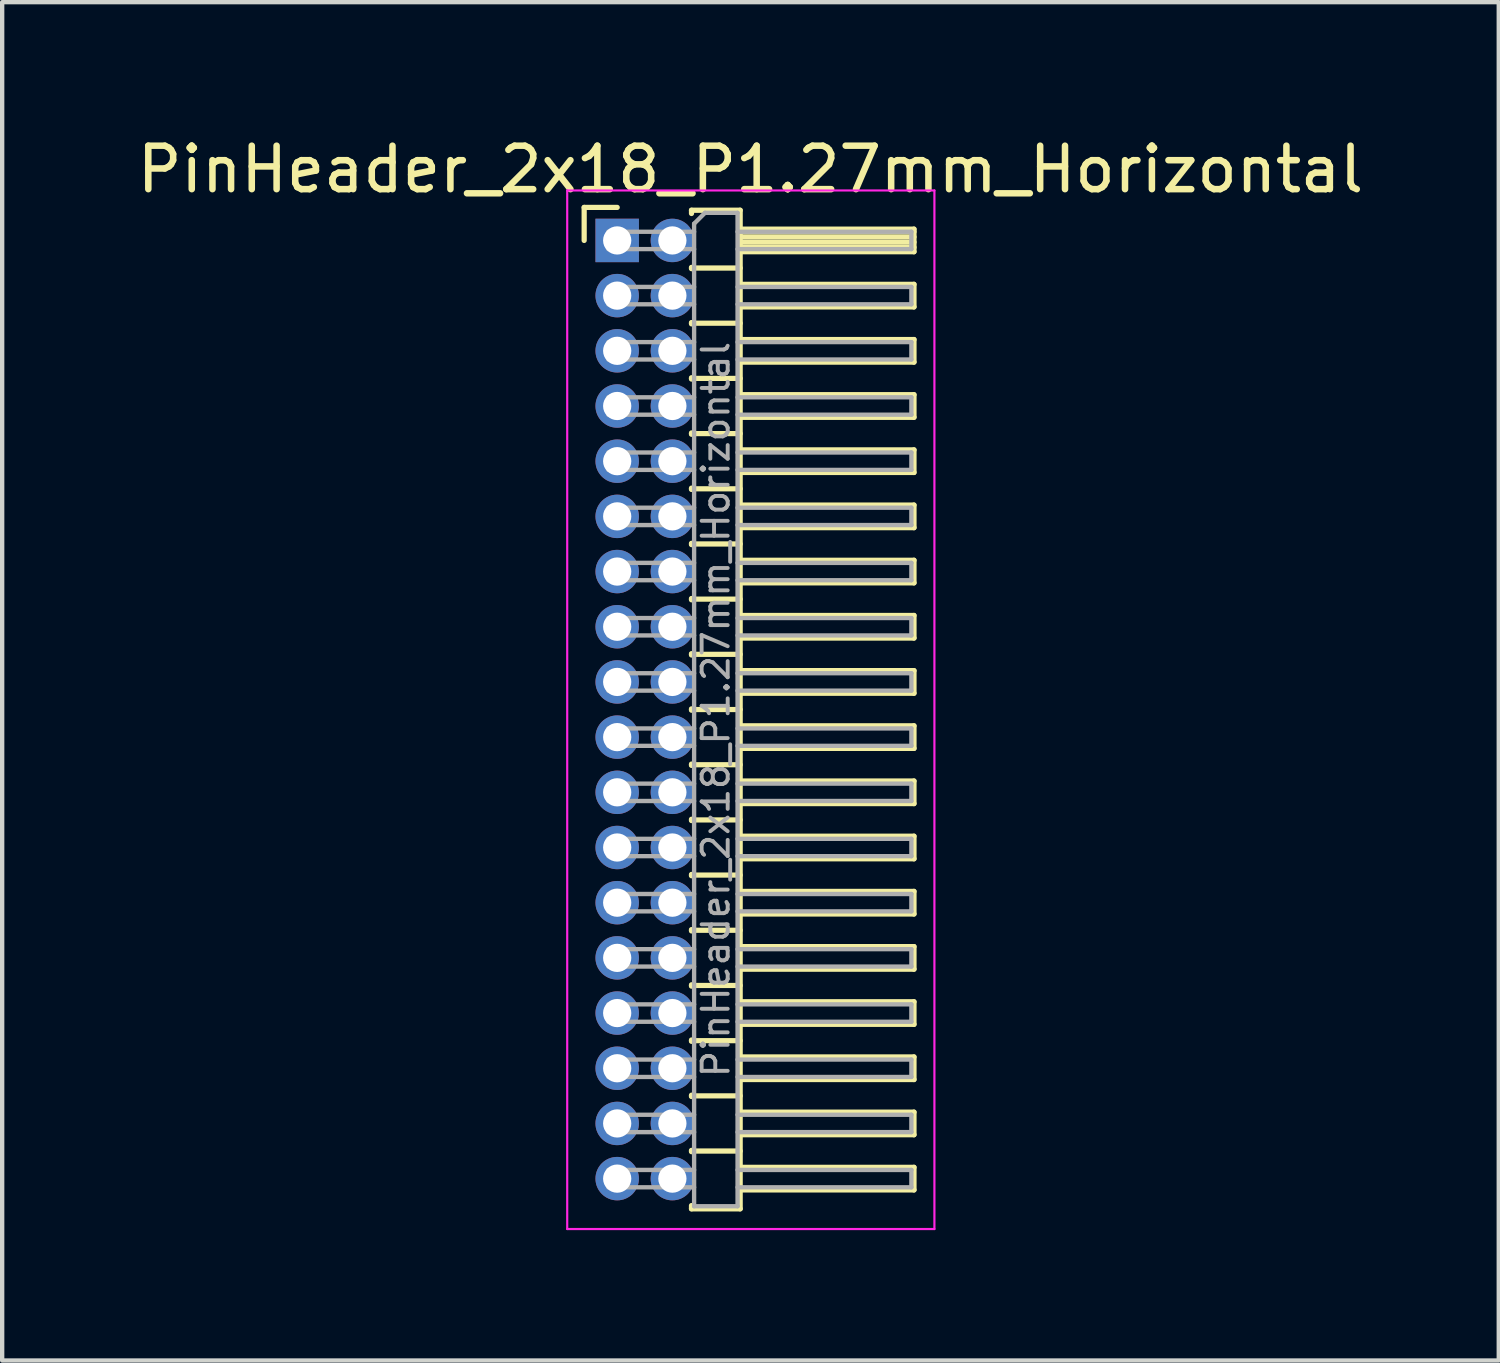
<source format=kicad_pcb>
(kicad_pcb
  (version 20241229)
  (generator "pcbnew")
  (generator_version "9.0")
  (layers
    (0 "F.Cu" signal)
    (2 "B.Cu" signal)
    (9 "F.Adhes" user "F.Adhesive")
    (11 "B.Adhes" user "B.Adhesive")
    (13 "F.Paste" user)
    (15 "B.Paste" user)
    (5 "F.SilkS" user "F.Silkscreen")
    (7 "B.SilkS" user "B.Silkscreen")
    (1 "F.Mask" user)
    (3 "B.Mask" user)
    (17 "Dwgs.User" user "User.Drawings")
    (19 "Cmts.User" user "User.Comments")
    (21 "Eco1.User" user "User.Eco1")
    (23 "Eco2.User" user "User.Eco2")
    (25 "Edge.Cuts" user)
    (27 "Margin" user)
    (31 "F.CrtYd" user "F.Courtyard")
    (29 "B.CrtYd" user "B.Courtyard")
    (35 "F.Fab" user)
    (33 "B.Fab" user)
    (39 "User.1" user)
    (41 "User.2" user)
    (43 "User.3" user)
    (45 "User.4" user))
  (footprint "PinHeader_2x18_P1.27mm_Horizontal"
    (layer "F.Cu")
    (at 11.153 2.483)
    (property "Reference" "PinHeader_2x18_P1.27mm_Horizontal" (at 3.067 -1.635 0) (layer "F.SilkS") (effects (font (size 1 1) (thickness 0.15))))
    (attr through_hole)
    (fp_line (start -0.76 -0.76) (end 0 -0.76) (stroke (width 0.12) (type solid)) (layer "F.SilkS"))
    (fp_line (start -0.76 0) (end -0.76 -0.76) (stroke (width 0.12) (type solid)) (layer "F.SilkS"))
    (fp_line (start 1.71 -0.695) (end 2.83 -0.695) (stroke (width 0.12) (type solid)) (layer "F.SilkS"))
    (fp_line (start 1.71 -0.62) (end 1.71 -0.695) (stroke (width 0.12) (type solid)) (layer "F.SilkS"))
    (fp_line (start 1.71 0.62) (end 1.71 0.65) (stroke (width 0.12) (type solid)) (layer "F.SilkS"))
    (fp_line (start 1.71 0.635) (end 2.83 0.635) (stroke (width 0.12) (type solid)) (layer "F.SilkS"))
    (fp_line (start 1.71 1.89) (end 1.71 1.92) (stroke (width 0.12) (type solid)) (layer "F.SilkS"))
    (fp_line (start 1.71 1.905) (end 2.83 1.905) (stroke (width 0.12) (type solid)) (layer "F.SilkS"))
    (fp_line (start 1.71 3.16) (end 1.71 3.19) (stroke (width 0.12) (type solid)) (layer "F.SilkS"))
    (fp_line (start 1.71 3.175) (end 2.83 3.175) (stroke (width 0.12) (type solid)) (layer "F.SilkS"))
    (fp_line (start 1.71 4.43) (end 1.71 4.46) (stroke (width 0.12) (type solid)) (layer "F.SilkS"))
    (fp_line (start 1.71 4.445) (end 2.83 4.445) (stroke (width 0.12) (type solid)) (layer "F.SilkS"))
    (fp_line (start 1.71 5.7) (end 1.71 5.73) (stroke (width 0.12) (type solid)) (layer "F.SilkS"))
    (fp_line (start 1.71 5.715) (end 2.83 5.715) (stroke (width 0.12) (type solid)) (layer "F.SilkS"))
    (fp_line (start 1.71 6.97) (end 1.71 7) (stroke (width 0.12) (type solid)) (layer "F.SilkS"))
    (fp_line (start 1.71 6.985) (end 2.83 6.985) (stroke (width 0.12) (type solid)) (layer "F.SilkS"))
    (fp_line (start 1.71 8.24) (end 1.71 8.27) (stroke (width 0.12) (type solid)) (layer "F.SilkS"))
    (fp_line (start 1.71 8.255) (end 2.83 8.255) (stroke (width 0.12) (type solid)) (layer "F.SilkS"))
    (fp_line (start 1.71 9.51) (end 1.71 9.54) (stroke (width 0.12) (type solid)) (layer "F.SilkS"))
    (fp_line (start 1.71 9.525) (end 2.83 9.525) (stroke (width 0.12) (type solid)) (layer "F.SilkS"))
    (fp_line (start 1.71 10.78) (end 1.71 10.81) (stroke (width 0.12) (type solid)) (layer "F.SilkS"))
    (fp_line (start 1.71 10.795) (end 2.83 10.795) (stroke (width 0.12) (type solid)) (layer "F.SilkS"))
    (fp_line (start 1.71 12.05) (end 1.71 12.08) (stroke (width 0.12) (type solid)) (layer "F.SilkS"))
    (fp_line (start 1.71 12.065) (end 2.83 12.065) (stroke (width 0.12) (type solid)) (layer "F.SilkS"))
    (fp_line (start 1.71 13.32) (end 1.71 13.35) (stroke (width 0.12) (type solid)) (layer "F.SilkS"))
    (fp_line (start 1.71 13.335) (end 2.83 13.335) (stroke (width 0.12) (type solid)) (layer "F.SilkS"))
    (fp_line (start 1.71 14.59) (end 1.71 14.62) (stroke (width 0.12) (type solid)) (layer "F.SilkS"))
    (fp_line (start 1.71 14.605) (end 2.83 14.605) (stroke (width 0.12) (type solid)) (layer "F.SilkS"))
    (fp_line (start 1.71 15.86) (end 1.71 15.89) (stroke (width 0.12) (type solid)) (layer "F.SilkS"))
    (fp_line (start 1.71 15.875) (end 2.83 15.875) (stroke (width 0.12) (type solid)) (layer "F.SilkS"))
    (fp_line (start 1.71 17.13) (end 1.71 17.16) (stroke (width 0.12) (type solid)) (layer "F.SilkS"))
    (fp_line (start 1.71 17.145) (end 2.83 17.145) (stroke (width 0.12) (type solid)) (layer "F.SilkS"))
    (fp_line (start 1.71 18.4) (end 1.71 18.43) (stroke (width 0.12) (type solid)) (layer "F.SilkS"))
    (fp_line (start 1.71 18.415) (end 2.83 18.415) (stroke (width 0.12) (type solid)) (layer "F.SilkS"))
    (fp_line (start 1.71 19.67) (end 1.71 19.7) (stroke (width 0.12) (type solid)) (layer "F.SilkS"))
    (fp_line (start 1.71 19.685) (end 2.83 19.685) (stroke (width 0.12) (type solid)) (layer "F.SilkS"))
    (fp_line (start 1.71 20.94) (end 1.71 20.97) (stroke (width 0.12) (type solid)) (layer "F.SilkS"))
    (fp_line (start 1.71 20.955) (end 2.83 20.955) (stroke (width 0.12) (type solid)) (layer "F.SilkS"))
    (fp_line (start 1.71 22.285) (end 1.71 22.21) (stroke (width 0.12) (type solid)) (layer "F.SilkS"))
    (fp_line (start 2.83 -0.695) (end 2.83 22.285) (stroke (width 0.12) (type solid)) (layer "F.SilkS"))
    (fp_line (start 2.83 -0.26) (end 6.83 -0.26) (stroke (width 0.12) (type solid)) (layer "F.SilkS"))
    (fp_line (start 2.83 -0.2) (end 6.83 -0.2) (stroke (width 0.12) (type solid)) (layer "F.SilkS"))
    (fp_line (start 2.83 -0.08) (end 6.83 -0.08) (stroke (width 0.12) (type solid)) (layer "F.SilkS"))
    (fp_line (start 2.83 0.04) (end 6.83 0.04) (stroke (width 0.12) (type solid)) (layer "F.SilkS"))
    (fp_line (start 2.83 0.16) (end 6.83 0.16) (stroke (width 0.12) (type solid)) (layer "F.SilkS"))
    (fp_line (start 2.83 1.01) (end 6.83 1.01) (stroke (width 0.12) (type solid)) (layer "F.SilkS"))
    (fp_line (start 2.83 2.28) (end 6.83 2.28) (stroke (width 0.12) (type solid)) (layer "F.SilkS"))
    (fp_line (start 2.83 3.55) (end 6.83 3.55) (stroke (width 0.12) (type solid)) (layer "F.SilkS"))
    (fp_line (start 2.83 4.82) (end 6.83 4.82) (stroke (width 0.12) (type solid)) (layer "F.SilkS"))
    (fp_line (start 2.83 6.09) (end 6.83 6.09) (stroke (width 0.12) (type solid)) (layer "F.SilkS"))
    (fp_line (start 2.83 7.36) (end 6.83 7.36) (stroke (width 0.12) (type solid)) (layer "F.SilkS"))
    (fp_line (start 2.83 8.63) (end 6.83 8.63) (stroke (width 0.12) (type solid)) (layer "F.SilkS"))
    (fp_line (start 2.83 9.9) (end 6.83 9.9) (stroke (width 0.12) (type solid)) (layer "F.SilkS"))
    (fp_line (start 2.83 11.17) (end 6.83 11.17) (stroke (width 0.12) (type solid)) (layer "F.SilkS"))
    (fp_line (start 2.83 12.44) (end 6.83 12.44) (stroke (width 0.12) (type solid)) (layer "F.SilkS"))
    (fp_line (start 2.83 13.71) (end 6.83 13.71) (stroke (width 0.12) (type solid)) (layer "F.SilkS"))
    (fp_line (start 2.83 14.98) (end 6.83 14.98) (stroke (width 0.12) (type solid)) (layer "F.SilkS"))
    (fp_line (start 2.83 16.25) (end 6.83 16.25) (stroke (width 0.12) (type solid)) (layer "F.SilkS"))
    (fp_line (start 2.83 17.52) (end 6.83 17.52) (stroke (width 0.12) (type solid)) (layer "F.SilkS"))
    (fp_line (start 2.83 18.79) (end 6.83 18.79) (stroke (width 0.12) (type solid)) (layer "F.SilkS"))
    (fp_line (start 2.83 20.06) (end 6.83 20.06) (stroke (width 0.12) (type solid)) (layer "F.SilkS"))
    (fp_line (start 2.83 21.33) (end 6.83 21.33) (stroke (width 0.12) (type solid)) (layer "F.SilkS"))
    (fp_line (start 2.83 22.285) (end 1.71 22.285) (stroke (width 0.12) (type solid)) (layer "F.SilkS"))
    (fp_line (start 6.83 -0.26) (end 6.83 0.26) (stroke (width 0.12) (type solid)) (layer "F.SilkS"))
    (fp_line (start 6.83 0.26) (end 2.83 0.26) (stroke (width 0.12) (type solid)) (layer "F.SilkS"))
    (fp_line (start 6.83 1.01) (end 6.83 1.53) (stroke (width 0.12) (type solid)) (layer "F.SilkS"))
    (fp_line (start 6.83 1.53) (end 2.83 1.53) (stroke (width 0.12) (type solid)) (layer "F.SilkS"))
    (fp_line (start 6.83 2.28) (end 6.83 2.8) (stroke (width 0.12) (type solid)) (layer "F.SilkS"))
    (fp_line (start 6.83 2.8) (end 2.83 2.8) (stroke (width 0.12) (type solid)) (layer "F.SilkS"))
    (fp_line (start 6.83 3.55) (end 6.83 4.07) (stroke (width 0.12) (type solid)) (layer "F.SilkS"))
    (fp_line (start 6.83 4.07) (end 2.83 4.07) (stroke (width 0.12) (type solid)) (layer "F.SilkS"))
    (fp_line (start 6.83 4.82) (end 6.83 5.34) (stroke (width 0.12) (type solid)) (layer "F.SilkS"))
    (fp_line (start 6.83 5.34) (end 2.83 5.34) (stroke (width 0.12) (type solid)) (layer "F.SilkS"))
    (fp_line (start 6.83 6.09) (end 6.83 6.61) (stroke (width 0.12) (type solid)) (layer "F.SilkS"))
    (fp_line (start 6.83 6.61) (end 2.83 6.61) (stroke (width 0.12) (type solid)) (layer "F.SilkS"))
    (fp_line (start 6.83 7.36) (end 6.83 7.88) (stroke (width 0.12) (type solid)) (layer "F.SilkS"))
    (fp_line (start 6.83 7.88) (end 2.83 7.88) (stroke (width 0.12) (type solid)) (layer "F.SilkS"))
    (fp_line (start 6.83 8.63) (end 6.83 9.15) (stroke (width 0.12) (type solid)) (layer "F.SilkS"))
    (fp_line (start 6.83 9.15) (end 2.83 9.15) (stroke (width 0.12) (type solid)) (layer "F.SilkS"))
    (fp_line (start 6.83 9.9) (end 6.83 10.42) (stroke (width 0.12) (type solid)) (layer "F.SilkS"))
    (fp_line (start 6.83 10.42) (end 2.83 10.42) (stroke (width 0.12) (type solid)) (layer "F.SilkS"))
    (fp_line (start 6.83 11.17) (end 6.83 11.69) (stroke (width 0.12) (type solid)) (layer "F.SilkS"))
    (fp_line (start 6.83 11.69) (end 2.83 11.69) (stroke (width 0.12) (type solid)) (layer "F.SilkS"))
    (fp_line (start 6.83 12.44) (end 6.83 12.96) (stroke (width 0.12) (type solid)) (layer "F.SilkS"))
    (fp_line (start 6.83 12.96) (end 2.83 12.96) (stroke (width 0.12) (type solid)) (layer "F.SilkS"))
    (fp_line (start 6.83 13.71) (end 6.83 14.23) (stroke (width 0.12) (type solid)) (layer "F.SilkS"))
    (fp_line (start 6.83 14.23) (end 2.83 14.23) (stroke (width 0.12) (type solid)) (layer "F.SilkS"))
    (fp_line (start 6.83 14.98) (end 6.83 15.5) (stroke (width 0.12) (type solid)) (layer "F.SilkS"))
    (fp_line (start 6.83 15.5) (end 2.83 15.5) (stroke (width 0.12) (type solid)) (layer "F.SilkS"))
    (fp_line (start 6.83 16.25) (end 6.83 16.77) (stroke (width 0.12) (type solid)) (layer "F.SilkS"))
    (fp_line (start 6.83 16.77) (end 2.83 16.77) (stroke (width 0.12) (type solid)) (layer "F.SilkS"))
    (fp_line (start 6.83 17.52) (end 6.83 18.04) (stroke (width 0.12) (type solid)) (layer "F.SilkS"))
    (fp_line (start 6.83 18.04) (end 2.83 18.04) (stroke (width 0.12) (type solid)) (layer "F.SilkS"))
    (fp_line (start 6.83 18.79) (end 6.83 19.31) (stroke (width 0.12) (type solid)) (layer "F.SilkS"))
    (fp_line (start 6.83 19.31) (end 2.83 19.31) (stroke (width 0.12) (type solid)) (layer "F.SilkS"))
    (fp_line (start 6.83 20.06) (end 6.83 20.58) (stroke (width 0.12) (type solid)) (layer "F.SilkS"))
    (fp_line (start 6.83 20.58) (end 2.83 20.58) (stroke (width 0.12) (type solid)) (layer "F.SilkS"))
    (fp_line (start 6.83 21.33) (end 6.83 21.85) (stroke (width 0.12) (type solid)) (layer "F.SilkS"))
    (fp_line (start 6.83 21.85) (end 2.83 21.85) (stroke (width 0.12) (type solid)) (layer "F.SilkS"))
    (fp_line (start -1.15 -1.15) (end -1.15 22.75) (stroke (width 0.05) (type solid)) (layer "F.CrtYd"))
    (fp_line (start -1.15 22.75) (end 7.3 22.75) (stroke (width 0.05) (type solid)) (layer "F.CrtYd"))
    (fp_line (start 7.3 -1.15) (end -1.15 -1.15) (stroke (width 0.05) (type solid)) (layer "F.CrtYd"))
    (fp_line (start 7.3 22.75) (end 7.3 -1.15) (stroke (width 0.05) (type solid)) (layer "F.CrtYd"))
    (fp_line (start -0.2 -0.2) (end -0.2 0.2) (stroke (width 0.1) (type solid)) (layer "F.Fab"))
    (fp_line (start -0.2 -0.2) (end 1.77 -0.2) (stroke (width 0.1) (type solid)) (layer "F.Fab"))
    (fp_line (start -0.2 0.2) (end 1.77 0.2) (stroke (width 0.1) (type solid)) (layer "F.Fab"))
    (fp_line (start -0.2 1.07) (end -0.2 1.47) (stroke (width 0.1) (type solid)) (layer "F.Fab"))
    (fp_line (start -0.2 1.07) (end 1.77 1.07) (stroke (width 0.1) (type solid)) (layer "F.Fab"))
    (fp_line (start -0.2 1.47) (end 1.77 1.47) (stroke (width 0.1) (type solid)) (layer "F.Fab"))
    (fp_line (start -0.2 2.34) (end -0.2 2.74) (stroke (width 0.1) (type solid)) (layer "F.Fab"))
    (fp_line (start -0.2 2.34) (end 1.77 2.34) (stroke (width 0.1) (type solid)) (layer "F.Fab"))
    (fp_line (start -0.2 2.74) (end 1.77 2.74) (stroke (width 0.1) (type solid)) (layer "F.Fab"))
    (fp_line (start -0.2 3.61) (end -0.2 4.01) (stroke (width 0.1) (type solid)) (layer "F.Fab"))
    (fp_line (start -0.2 3.61) (end 1.77 3.61) (stroke (width 0.1) (type solid)) (layer "F.Fab"))
    (fp_line (start -0.2 4.01) (end 1.77 4.01) (stroke (width 0.1) (type solid)) (layer "F.Fab"))
    (fp_line (start -0.2 4.88) (end -0.2 5.28) (stroke (width 0.1) (type solid)) (layer "F.Fab"))
    (fp_line (start -0.2 4.88) (end 1.77 4.88) (stroke (width 0.1) (type solid)) (layer "F.Fab"))
    (fp_line (start -0.2 5.28) (end 1.77 5.28) (stroke (width 0.1) (type solid)) (layer "F.Fab"))
    (fp_line (start -0.2 6.15) (end -0.2 6.55) (stroke (width 0.1) (type solid)) (layer "F.Fab"))
    (fp_line (start -0.2 6.15) (end 1.77 6.15) (stroke (width 0.1) (type solid)) (layer "F.Fab"))
    (fp_line (start -0.2 6.55) (end 1.77 6.55) (stroke (width 0.1) (type solid)) (layer "F.Fab"))
    (fp_line (start -0.2 7.42) (end -0.2 7.82) (stroke (width 0.1) (type solid)) (layer "F.Fab"))
    (fp_line (start -0.2 7.42) (end 1.77 7.42) (stroke (width 0.1) (type solid)) (layer "F.Fab"))
    (fp_line (start -0.2 7.82) (end 1.77 7.82) (stroke (width 0.1) (type solid)) (layer "F.Fab"))
    (fp_line (start -0.2 8.69) (end -0.2 9.09) (stroke (width 0.1) (type solid)) (layer "F.Fab"))
    (fp_line (start -0.2 8.69) (end 1.77 8.69) (stroke (width 0.1) (type solid)) (layer "F.Fab"))
    (fp_line (start -0.2 9.09) (end 1.77 9.09) (stroke (width 0.1) (type solid)) (layer "F.Fab"))
    (fp_line (start -0.2 9.96) (end -0.2 10.36) (stroke (width 0.1) (type solid)) (layer "F.Fab"))
    (fp_line (start -0.2 9.96) (end 1.77 9.96) (stroke (width 0.1) (type solid)) (layer "F.Fab"))
    (fp_line (start -0.2 10.36) (end 1.77 10.36) (stroke (width 0.1) (type solid)) (layer "F.Fab"))
    (fp_line (start -0.2 11.23) (end -0.2 11.63) (stroke (width 0.1) (type solid)) (layer "F.Fab"))
    (fp_line (start -0.2 11.23) (end 1.77 11.23) (stroke (width 0.1) (type solid)) (layer "F.Fab"))
    (fp_line (start -0.2 11.63) (end 1.77 11.63) (stroke (width 0.1) (type solid)) (layer "F.Fab"))
    (fp_line (start -0.2 12.5) (end -0.2 12.9) (stroke (width 0.1) (type solid)) (layer "F.Fab"))
    (fp_line (start -0.2 12.5) (end 1.77 12.5) (stroke (width 0.1) (type solid)) (layer "F.Fab"))
    (fp_line (start -0.2 12.9) (end 1.77 12.9) (stroke (width 0.1) (type solid)) (layer "F.Fab"))
    (fp_line (start -0.2 13.77) (end -0.2 14.17) (stroke (width 0.1) (type solid)) (layer "F.Fab"))
    (fp_line (start -0.2 13.77) (end 1.77 13.77) (stroke (width 0.1) (type solid)) (layer "F.Fab"))
    (fp_line (start -0.2 14.17) (end 1.77 14.17) (stroke (width 0.1) (type solid)) (layer "F.Fab"))
    (fp_line (start -0.2 15.04) (end -0.2 15.44) (stroke (width 0.1) (type solid)) (layer "F.Fab"))
    (fp_line (start -0.2 15.04) (end 1.77 15.04) (stroke (width 0.1) (type solid)) (layer "F.Fab"))
    (fp_line (start -0.2 15.44) (end 1.77 15.44) (stroke (width 0.1) (type solid)) (layer "F.Fab"))
    (fp_line (start -0.2 16.31) (end -0.2 16.71) (stroke (width 0.1) (type solid)) (layer "F.Fab"))
    (fp_line (start -0.2 16.31) (end 1.77 16.31) (stroke (width 0.1) (type solid)) (layer "F.Fab"))
    (fp_line (start -0.2 16.71) (end 1.77 16.71) (stroke (width 0.1) (type solid)) (layer "F.Fab"))
    (fp_line (start -0.2 17.58) (end -0.2 17.98) (stroke (width 0.1) (type solid)) (layer "F.Fab"))
    (fp_line (start -0.2 17.58) (end 1.77 17.58) (stroke (width 0.1) (type solid)) (layer "F.Fab"))
    (fp_line (start -0.2 17.98) (end 1.77 17.98) (stroke (width 0.1) (type solid)) (layer "F.Fab"))
    (fp_line (start -0.2 18.85) (end -0.2 19.25) (stroke (width 0.1) (type solid)) (layer "F.Fab"))
    (fp_line (start -0.2 18.85) (end 1.77 18.85) (stroke (width 0.1) (type solid)) (layer "F.Fab"))
    (fp_line (start -0.2 19.25) (end 1.77 19.25) (stroke (width 0.1) (type solid)) (layer "F.Fab"))
    (fp_line (start -0.2 20.12) (end -0.2 20.52) (stroke (width 0.1) (type solid)) (layer "F.Fab"))
    (fp_line (start -0.2 20.12) (end 1.77 20.12) (stroke (width 0.1) (type solid)) (layer "F.Fab"))
    (fp_line (start -0.2 20.52) (end 1.77 20.52) (stroke (width 0.1) (type solid)) (layer "F.Fab"))
    (fp_line (start -0.2 21.39) (end -0.2 21.79) (stroke (width 0.1) (type solid)) (layer "F.Fab"))
    (fp_line (start -0.2 21.39) (end 1.77 21.39) (stroke (width 0.1) (type solid)) (layer "F.Fab"))
    (fp_line (start -0.2 21.79) (end 1.77 21.79) (stroke (width 0.1) (type solid)) (layer "F.Fab"))
    (fp_line (start 1.77 -0.385) (end 2.02 -0.635) (stroke (width 0.1) (type solid)) (layer "F.Fab"))
    (fp_line (start 1.77 22.225) (end 1.77 -0.385) (stroke (width 0.1) (type solid)) (layer "F.Fab"))
    (fp_line (start 2.02 -0.635) (end 2.77 -0.635) (stroke (width 0.1) (type solid)) (layer "F.Fab"))
    (fp_line (start 2.77 -0.635) (end 2.77 22.225) (stroke (width 0.1) (type solid)) (layer "F.Fab"))
    (fp_line (start 2.77 -0.2) (end 6.77 -0.2) (stroke (width 0.1) (type solid)) (layer "F.Fab"))
    (fp_line (start 2.77 0.2) (end 6.77 0.2) (stroke (width 0.1) (type solid)) (layer "F.Fab"))
    (fp_line (start 2.77 1.07) (end 6.77 1.07) (stroke (width 0.1) (type solid)) (layer "F.Fab"))
    (fp_line (start 2.77 1.47) (end 6.77 1.47) (stroke (width 0.1) (type solid)) (layer "F.Fab"))
    (fp_line (start 2.77 2.34) (end 6.77 2.34) (stroke (width 0.1) (type solid)) (layer "F.Fab"))
    (fp_line (start 2.77 2.74) (end 6.77 2.74) (stroke (width 0.1) (type solid)) (layer "F.Fab"))
    (fp_line (start 2.77 3.61) (end 6.77 3.61) (stroke (width 0.1) (type solid)) (layer "F.Fab"))
    (fp_line (start 2.77 4.01) (end 6.77 4.01) (stroke (width 0.1) (type solid)) (layer "F.Fab"))
    (fp_line (start 2.77 4.88) (end 6.77 4.88) (stroke (width 0.1) (type solid)) (layer "F.Fab"))
    (fp_line (start 2.77 5.28) (end 6.77 5.28) (stroke (width 0.1) (type solid)) (layer "F.Fab"))
    (fp_line (start 2.77 6.15) (end 6.77 6.15) (stroke (width 0.1) (type solid)) (layer "F.Fab"))
    (fp_line (start 2.77 6.55) (end 6.77 6.55) (stroke (width 0.1) (type solid)) (layer "F.Fab"))
    (fp_line (start 2.77 7.42) (end 6.77 7.42) (stroke (width 0.1) (type solid)) (layer "F.Fab"))
    (fp_line (start 2.77 7.82) (end 6.77 7.82) (stroke (width 0.1) (type solid)) (layer "F.Fab"))
    (fp_line (start 2.77 8.69) (end 6.77 8.69) (stroke (width 0.1) (type solid)) (layer "F.Fab"))
    (fp_line (start 2.77 9.09) (end 6.77 9.09) (stroke (width 0.1) (type solid)) (layer "F.Fab"))
    (fp_line (start 2.77 9.96) (end 6.77 9.96) (stroke (width 0.1) (type solid)) (layer "F.Fab"))
    (fp_line (start 2.77 10.36) (end 6.77 10.36) (stroke (width 0.1) (type solid)) (layer "F.Fab"))
    (fp_line (start 2.77 11.23) (end 6.77 11.23) (stroke (width 0.1) (type solid)) (layer "F.Fab"))
    (fp_line (start 2.77 11.63) (end 6.77 11.63) (stroke (width 0.1) (type solid)) (layer "F.Fab"))
    (fp_line (start 2.77 12.5) (end 6.77 12.5) (stroke (width 0.1) (type solid)) (layer "F.Fab"))
    (fp_line (start 2.77 12.9) (end 6.77 12.9) (stroke (width 0.1) (type solid)) (layer "F.Fab"))
    (fp_line (start 2.77 13.77) (end 6.77 13.77) (stroke (width 0.1) (type solid)) (layer "F.Fab"))
    (fp_line (start 2.77 14.17) (end 6.77 14.17) (stroke (width 0.1) (type solid)) (layer "F.Fab"))
    (fp_line (start 2.77 15.04) (end 6.77 15.04) (stroke (width 0.1) (type solid)) (layer "F.Fab"))
    (fp_line (start 2.77 15.44) (end 6.77 15.44) (stroke (width 0.1) (type solid)) (layer "F.Fab"))
    (fp_line (start 2.77 16.31) (end 6.77 16.31) (stroke (width 0.1) (type solid)) (layer "F.Fab"))
    (fp_line (start 2.77 16.71) (end 6.77 16.71) (stroke (width 0.1) (type solid)) (layer "F.Fab"))
    (fp_line (start 2.77 17.58) (end 6.77 17.58) (stroke (width 0.1) (type solid)) (layer "F.Fab"))
    (fp_line (start 2.77 17.98) (end 6.77 17.98) (stroke (width 0.1) (type solid)) (layer "F.Fab"))
    (fp_line (start 2.77 18.85) (end 6.77 18.85) (stroke (width 0.1) (type solid)) (layer "F.Fab"))
    (fp_line (start 2.77 19.25) (end 6.77 19.25) (stroke (width 0.1) (type solid)) (layer "F.Fab"))
    (fp_line (start 2.77 20.12) (end 6.77 20.12) (stroke (width 0.1) (type solid)) (layer "F.Fab"))
    (fp_line (start 2.77 20.52) (end 6.77 20.52) (stroke (width 0.1) (type solid)) (layer "F.Fab"))
    (fp_line (start 2.77 21.39) (end 6.77 21.39) (stroke (width 0.1) (type solid)) (layer "F.Fab"))
    (fp_line (start 2.77 21.79) (end 6.77 21.79) (stroke (width 0.1) (type solid)) (layer "F.Fab"))
    (fp_line (start 2.77 22.225) (end 1.77 22.225) (stroke (width 0.1) (type solid)) (layer "F.Fab"))
    (fp_line (start 6.77 -0.2) (end 6.77 0.2) (stroke (width 0.1) (type solid)) (layer "F.Fab"))
    (fp_line (start 6.77 1.07) (end 6.77 1.47) (stroke (width 0.1) (type solid)) (layer "F.Fab"))
    (fp_line (start 6.77 2.34) (end 6.77 2.74) (stroke (width 0.1) (type solid)) (layer "F.Fab"))
    (fp_line (start 6.77 3.61) (end 6.77 4.01) (stroke (width 0.1) (type solid)) (layer "F.Fab"))
    (fp_line (start 6.77 4.88) (end 6.77 5.28) (stroke (width 0.1) (type solid)) (layer "F.Fab"))
    (fp_line (start 6.77 6.15) (end 6.77 6.55) (stroke (width 0.1) (type solid)) (layer "F.Fab"))
    (fp_line (start 6.77 7.42) (end 6.77 7.82) (stroke (width 0.1) (type solid)) (layer "F.Fab"))
    (fp_line (start 6.77 8.69) (end 6.77 9.09) (stroke (width 0.1) (type solid)) (layer "F.Fab"))
    (fp_line (start 6.77 9.96) (end 6.77 10.36) (stroke (width 0.1) (type solid)) (layer "F.Fab"))
    (fp_line (start 6.77 11.23) (end 6.77 11.63) (stroke (width 0.1) (type solid)) (layer "F.Fab"))
    (fp_line (start 6.77 12.5) (end 6.77 12.9) (stroke (width 0.1) (type solid)) (layer "F.Fab"))
    (fp_line (start 6.77 13.77) (end 6.77 14.17) (stroke (width 0.1) (type solid)) (layer "F.Fab"))
    (fp_line (start 6.77 15.04) (end 6.77 15.44) (stroke (width 0.1) (type solid)) (layer "F.Fab"))
    (fp_line (start 6.77 16.31) (end 6.77 16.71) (stroke (width 0.1) (type solid)) (layer "F.Fab"))
    (fp_line (start 6.77 17.58) (end 6.77 17.98) (stroke (width 0.1) (type solid)) (layer "F.Fab"))
    (fp_line (start 6.77 18.85) (end 6.77 19.25) (stroke (width 0.1) (type solid)) (layer "F.Fab"))
    (fp_line (start 6.77 20.12) (end 6.77 20.52) (stroke (width 0.1) (type solid)) (layer "F.Fab"))
    (fp_line (start 6.77 21.39) (end 6.77 21.79) (stroke (width 0.1) (type solid)) (layer "F.Fab"))
    (fp_text user "${REFERENCE}" (at 2.27 10.795 90) (layer "F.Fab") (effects (font (size 0.6 0.6) (thickness 0.09))))
    (pad "1" thru_hole rect (at 0 0) (size 1 1) (drill 0.65) (layers "*.Cu" "*.Mask"))
    (pad "2" thru_hole oval (at 1.27 0) (size 1 1) (drill 0.65) (layers "*.Cu" "*.Mask"))
    (pad "3" thru_hole oval (at 0 1.27) (size 1 1) (drill 0.65) (layers "*.Cu" "*.Mask"))
    (pad "4" thru_hole oval (at 1.27 1.27) (size 1 1) (drill 0.65) (layers "*.Cu" "*.Mask"))
    (pad "5" thru_hole oval (at 0 2.54) (size 1 1) (drill 0.65) (layers "*.Cu" "*.Mask"))
    (pad "6" thru_hole oval (at 1.27 2.54) (size 1 1) (drill 0.65) (layers "*.Cu" "*.Mask"))
    (pad "7" thru_hole oval (at 0 3.81) (size 1 1) (drill 0.65) (layers "*.Cu" "*.Mask"))
    (pad "8" thru_hole oval (at 1.27 3.81) (size 1 1) (drill 0.65) (layers "*.Cu" "*.Mask"))
    (pad "9" thru_hole oval (at 0 5.08) (size 1 1) (drill 0.65) (layers "*.Cu" "*.Mask"))
    (pad "10" thru_hole oval (at 1.27 5.08) (size 1 1) (drill 0.65) (layers "*.Cu" "*.Mask"))
    (pad "11" thru_hole oval (at 0 6.35) (size 1 1) (drill 0.65) (layers "*.Cu" "*.Mask"))
    (pad "12" thru_hole oval (at 1.27 6.35) (size 1 1) (drill 0.65) (layers "*.Cu" "*.Mask"))
    (pad "13" thru_hole oval (at 0 7.62) (size 1 1) (drill 0.65) (layers "*.Cu" "*.Mask"))
    (pad "14" thru_hole oval (at 1.27 7.62) (size 1 1) (drill 0.65) (layers "*.Cu" "*.Mask"))
    (pad "15" thru_hole oval (at 0 8.89) (size 1 1) (drill 0.65) (layers "*.Cu" "*.Mask"))
    (pad "16" thru_hole oval (at 1.27 8.89) (size 1 1) (drill 0.65) (layers "*.Cu" "*.Mask"))
    (pad "17" thru_hole oval (at 0 10.16) (size 1 1) (drill 0.65) (layers "*.Cu" "*.Mask"))
    (pad "18" thru_hole oval (at 1.27 10.16) (size 1 1) (drill 0.65) (layers "*.Cu" "*.Mask"))
    (pad "19" thru_hole oval (at 0 11.43) (size 1 1) (drill 0.65) (layers "*.Cu" "*.Mask"))
    (pad "20" thru_hole oval (at 1.27 11.43) (size 1 1) (drill 0.65) (layers "*.Cu" "*.Mask"))
    (pad "21" thru_hole oval (at 0 12.7) (size 1 1) (drill 0.65) (layers "*.Cu" "*.Mask"))
    (pad "22" thru_hole oval (at 1.27 12.7) (size 1 1) (drill 0.65) (layers "*.Cu" "*.Mask"))
    (pad "23" thru_hole oval (at 0 13.97) (size 1 1) (drill 0.65) (layers "*.Cu" "*.Mask"))
    (pad "24" thru_hole oval (at 1.27 13.97) (size 1 1) (drill 0.65) (layers "*.Cu" "*.Mask"))
    (pad "25" thru_hole oval (at 0 15.24) (size 1 1) (drill 0.65) (layers "*.Cu" "*.Mask"))
    (pad "26" thru_hole oval (at 1.27 15.24) (size 1 1) (drill 0.65) (layers "*.Cu" "*.Mask"))
    (pad "27" thru_hole oval (at 0 16.51) (size 1 1) (drill 0.65) (layers "*.Cu" "*.Mask"))
    (pad "28" thru_hole oval (at 1.27 16.51) (size 1 1) (drill 0.65) (layers "*.Cu" "*.Mask"))
    (pad "29" thru_hole oval (at 0 17.78) (size 1 1) (drill 0.65) (layers "*.Cu" "*.Mask"))
    (pad "30" thru_hole oval (at 1.27 17.78) (size 1 1) (drill 0.65) (layers "*.Cu" "*.Mask"))
    (pad "31" thru_hole oval (at 0 19.05) (size 1 1) (drill 0.65) (layers "*.Cu" "*.Mask"))
    (pad "32" thru_hole oval (at 1.27 19.05) (size 1 1) (drill 0.65) (layers "*.Cu" "*.Mask"))
    (pad "33" thru_hole oval (at 0 20.32) (size 1 1) (drill 0.65) (layers "*.Cu" "*.Mask"))
    (pad "34" thru_hole oval (at 1.27 20.32) (size 1 1) (drill 0.65) (layers "*.Cu" "*.Mask"))
    (pad "35" thru_hole oval (at 0 21.59) (size 1 1) (drill 0.65) (layers "*.Cu" "*.Mask"))
    (pad "36" thru_hole oval (at 1.27 21.59) (size 1 1) (drill 0.65) (layers "*.Cu" "*.Mask")))
  (gr_rect
    (start -3 -3)
    (end 31.44 28.258)
    (stroke (width 0.1) (type default))
    (fill no)
    (layer "Edge.Cuts")))
</source>
